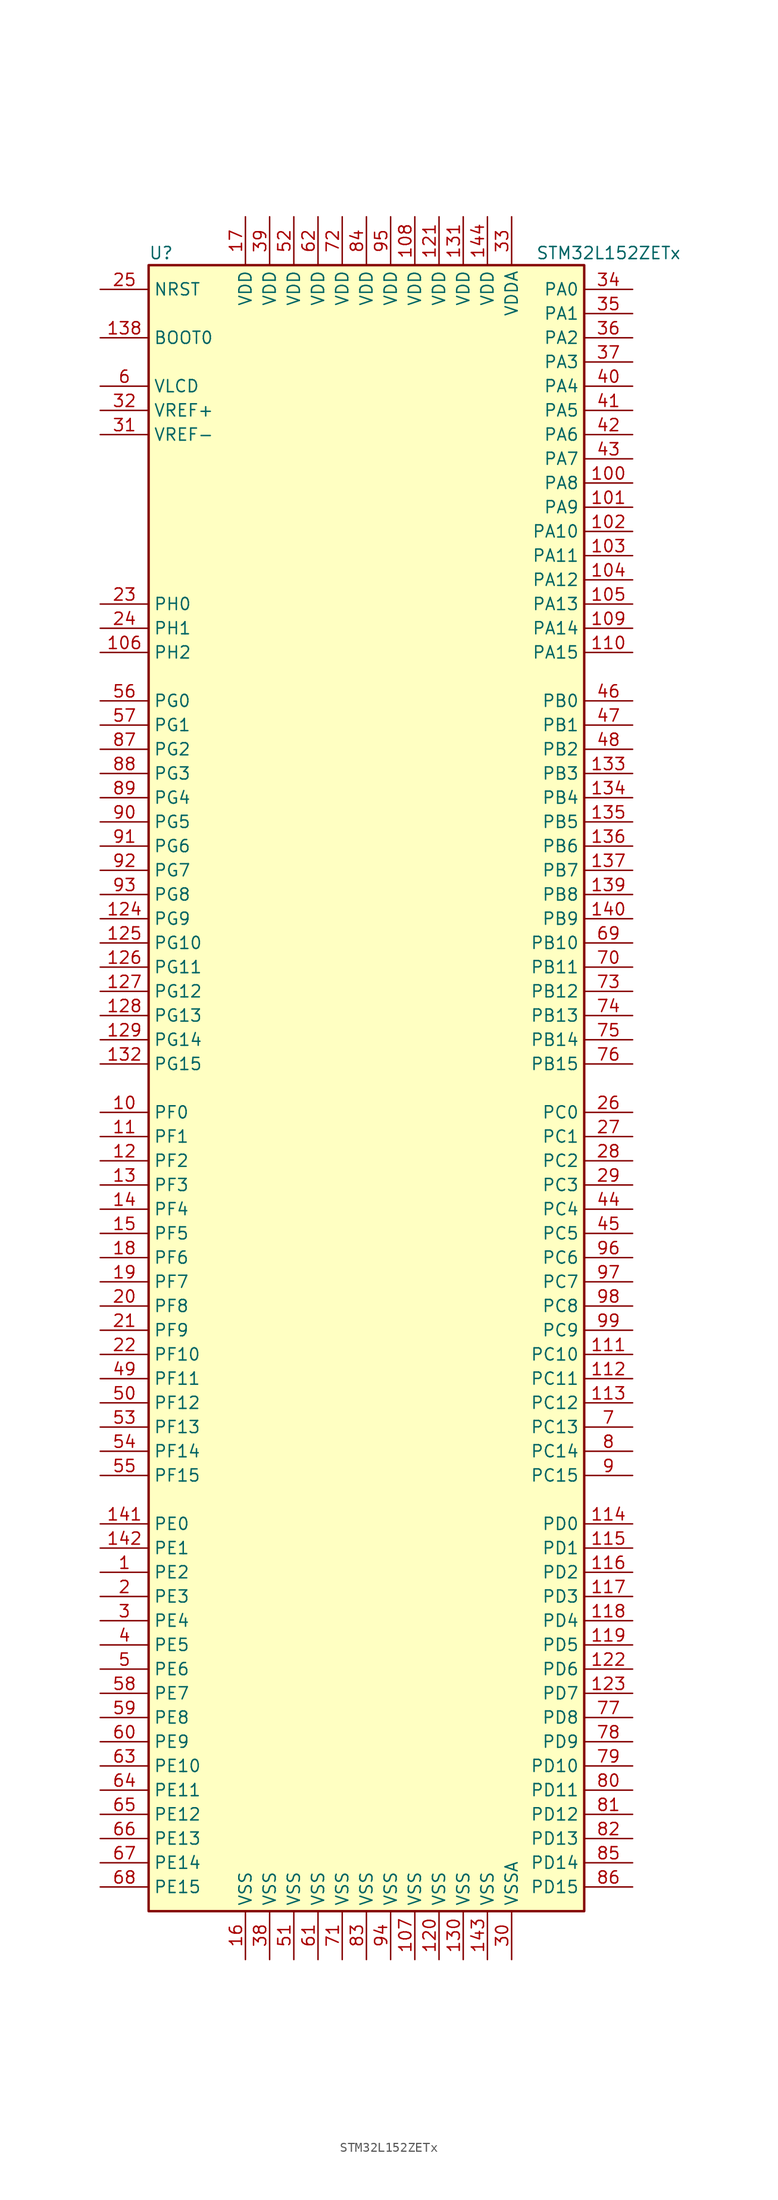
<source format=kicad_sym>
(kicad_symbol_lib
  (version 20211014)
  (generator kicad_symbol_editor)
  (symbol "STM32L152ZETx"
    (property "Reference" "U"
      (at -22.86 87.63 0)
      (effects (font (size 1.27 1.27)) (justify left)))
    (property "Value" "STM32L152ZETx"
      (at 17.78 87.63 0)
      (effects (font (size 1.27 1.27)) (justify left)))
    (symbol "STM32L152ZETx_0_1"
      (rectangle (start -22.86 -86.36) (end 22.86 86.36) (stroke (width 0.254) (type default) (color 0 0 0 0)) (fill (type background))))
    (symbol "STM32L152ZETx_1_1"
      (pin bidirectional line (at -27.94 -50.8 0) (length 5.08) (name "PE2" (effects (font (size 1.27 1.27)))) (number "1" (effects (font (size 1.27 1.27)))))
      (pin bidirectional line (at -27.94 -2.54 0) (length 5.08) (name "PF0" (effects (font (size 1.27 1.27)))) (number "10" (effects (font (size 1.27 1.27)))))
      (pin bidirectional line (at 27.94 63.5 180) (length 5.08) (name "PA8" (effects (font (size 1.27 1.27)))) (number "100" (effects (font (size 1.27 1.27)))))
      (pin bidirectional line (at 27.94 60.96 180) (length 5.08) (name "PA9" (effects (font (size 1.27 1.27)))) (number "101" (effects (font (size 1.27 1.27)))))
      (pin bidirectional line (at 27.94 58.42 180) (length 5.08) (name "PA10" (effects (font (size 1.27 1.27)))) (number "102" (effects (font (size 1.27 1.27)))))
      (pin bidirectional line (at 27.94 55.88 180) (length 5.08) (name "PA11" (effects (font (size 1.27 1.27)))) (number "103" (effects (font (size 1.27 1.27)))))
      (pin bidirectional line (at 27.94 53.34 180) (length 5.08) (name "PA12" (effects (font (size 1.27 1.27)))) (number "104" (effects (font (size 1.27 1.27)))))
      (pin bidirectional line (at 27.94 50.8 180) (length 5.08) (name "PA13" (effects (font (size 1.27 1.27)))) (number "105" (effects (font (size 1.27 1.27)))))
      (pin bidirectional line (at -27.94 45.72 0) (length 5.08) (name "PH2" (effects (font (size 1.27 1.27)))) (number "106" (effects (font (size 1.27 1.27)))))
      (pin power_in line (at 5.08 -91.44 90) (length 5.08) (name "VSS" (effects (font (size 1.27 1.27)))) (number "107" (effects (font (size 1.27 1.27)))))
      (pin power_in line (at 5.08 91.44 270) (length 5.08) (name "VDD" (effects (font (size 1.27 1.27)))) (number "108" (effects (font (size 1.27 1.27)))))
      (pin bidirectional line (at 27.94 48.26 180) (length 5.08) (name "PA14" (effects (font (size 1.27 1.27)))) (number "109" (effects (font (size 1.27 1.27)))))
      (pin bidirectional line (at -27.94 -5.08 0) (length 5.08) (name "PF1" (effects (font (size 1.27 1.27)))) (number "11" (effects (font (size 1.27 1.27)))))
      (pin bidirectional line (at 27.94 45.72 180) (length 5.08) (name "PA15" (effects (font (size 1.27 1.27)))) (number "110" (effects (font (size 1.27 1.27)))))
      (pin bidirectional line (at 27.94 -27.94 180) (length 5.08) (name "PC10" (effects (font (size 1.27 1.27)))) (number "111" (effects (font (size 1.27 1.27)))))
      (pin bidirectional line (at 27.94 -30.48 180) (length 5.08) (name "PC11" (effects (font (size 1.27 1.27)))) (number "112" (effects (font (size 1.27 1.27)))))
      (pin bidirectional line (at 27.94 -33.02 180) (length 5.08) (name "PC12" (effects (font (size 1.27 1.27)))) (number "113" (effects (font (size 1.27 1.27)))))
      (pin bidirectional line (at 27.94 -45.72 180) (length 5.08) (name "PD0" (effects (font (size 1.27 1.27)))) (number "114" (effects (font (size 1.27 1.27)))))
      (pin bidirectional line (at 27.94 -48.26 180) (length 5.08) (name "PD1" (effects (font (size 1.27 1.27)))) (number "115" (effects (font (size 1.27 1.27)))))
      (pin bidirectional line (at 27.94 -50.8 180) (length 5.08) (name "PD2" (effects (font (size 1.27 1.27)))) (number "116" (effects (font (size 1.27 1.27)))))
      (pin bidirectional line (at 27.94 -53.34 180) (length 5.08) (name "PD3" (effects (font (size 1.27 1.27)))) (number "117" (effects (font (size 1.27 1.27)))))
      (pin bidirectional line (at 27.94 -55.88 180) (length 5.08) (name "PD4" (effects (font (size 1.27 1.27)))) (number "118" (effects (font (size 1.27 1.27)))))
      (pin bidirectional line (at 27.94 -58.42 180) (length 5.08) (name "PD5" (effects (font (size 1.27 1.27)))) (number "119" (effects (font (size 1.27 1.27)))))
      (pin bidirectional line (at -27.94 -7.62 0) (length 5.08) (name "PF2" (effects (font (size 1.27 1.27)))) (number "12" (effects (font (size 1.27 1.27)))))
      (pin power_in line (at 7.62 -91.44 90) (length 5.08) (name "VSS" (effects (font (size 1.27 1.27)))) (number "120" (effects (font (size 1.27 1.27)))))
      (pin power_in line (at 7.62 91.44 270) (length 5.08) (name "VDD" (effects (font (size 1.27 1.27)))) (number "121" (effects (font (size 1.27 1.27)))))
      (pin bidirectional line (at 27.94 -60.96 180) (length 5.08) (name "PD6" (effects (font (size 1.27 1.27)))) (number "122" (effects (font (size 1.27 1.27)))))
      (pin bidirectional line (at 27.94 -63.5 180) (length 5.08) (name "PD7" (effects (font (size 1.27 1.27)))) (number "123" (effects (font (size 1.27 1.27)))))
      (pin bidirectional line (at -27.94 17.78 0) (length 5.08) (name "PG9" (effects (font (size 1.27 1.27)))) (number "124" (effects (font (size 1.27 1.27)))))
      (pin bidirectional line (at -27.94 15.24 0) (length 5.08) (name "PG10" (effects (font (size 1.27 1.27)))) (number "125" (effects (font (size 1.27 1.27)))))
      (pin bidirectional line (at -27.94 12.7 0) (length 5.08) (name "PG11" (effects (font (size 1.27 1.27)))) (number "126" (effects (font (size 1.27 1.27)))))
      (pin bidirectional line (at -27.94 10.16 0) (length 5.08) (name "PG12" (effects (font (size 1.27 1.27)))) (number "127" (effects (font (size 1.27 1.27)))))
      (pin bidirectional line (at -27.94 7.62 0) (length 5.08) (name "PG13" (effects (font (size 1.27 1.27)))) (number "128" (effects (font (size 1.27 1.27)))))
      (pin bidirectional line (at -27.94 5.08 0) (length 5.08) (name "PG14" (effects (font (size 1.27 1.27)))) (number "129" (effects (font (size 1.27 1.27)))))
      (pin bidirectional line (at -27.94 -10.16 0) (length 5.08) (name "PF3" (effects (font (size 1.27 1.27)))) (number "13" (effects (font (size 1.27 1.27)))))
      (pin power_in line (at 10.16 -91.44 90) (length 5.08) (name "VSS" (effects (font (size 1.27 1.27)))) (number "130" (effects (font (size 1.27 1.27)))))
      (pin power_in line (at 10.16 91.44 270) (length 5.08) (name "VDD" (effects (font (size 1.27 1.27)))) (number "131" (effects (font (size 1.27 1.27)))))
      (pin bidirectional line (at -27.94 2.54 0) (length 5.08) (name "PG15" (effects (font (size 1.27 1.27)))) (number "132" (effects (font (size 1.27 1.27)))))
      (pin bidirectional line (at 27.94 33.02 180) (length 5.08) (name "PB3" (effects (font (size 1.27 1.27)))) (number "133" (effects (font (size 1.27 1.27)))))
      (pin bidirectional line (at 27.94 30.48 180) (length 5.08) (name "PB4" (effects (font (size 1.27 1.27)))) (number "134" (effects (font (size 1.27 1.27)))))
      (pin bidirectional line (at 27.94 27.94 180) (length 5.08) (name "PB5" (effects (font (size 1.27 1.27)))) (number "135" (effects (font (size 1.27 1.27)))))
      (pin bidirectional line (at 27.94 25.4 180) (length 5.08) (name "PB6" (effects (font (size 1.27 1.27)))) (number "136" (effects (font (size 1.27 1.27)))))
      (pin bidirectional line (at 27.94 22.86 180) (length 5.08) (name "PB7" (effects (font (size 1.27 1.27)))) (number "137" (effects (font (size 1.27 1.27)))))
      (pin input line (at -27.94 78.74 0) (length 5.08) (name "BOOT0" (effects (font (size 1.27 1.27)))) (number "138" (effects (font (size 1.27 1.27)))))
      (pin bidirectional line (at 27.94 20.32 180) (length 5.08) (name "PB8" (effects (font (size 1.27 1.27)))) (number "139" (effects (font (size 1.27 1.27)))))
      (pin bidirectional line (at -27.94 -12.7 0) (length 5.08) (name "PF4" (effects (font (size 1.27 1.27)))) (number "14" (effects (font (size 1.27 1.27)))))
      (pin bidirectional line (at 27.94 17.78 180) (length 5.08) (name "PB9" (effects (font (size 1.27 1.27)))) (number "140" (effects (font (size 1.27 1.27)))))
      (pin bidirectional line (at -27.94 -45.72 0) (length 5.08) (name "PE0" (effects (font (size 1.27 1.27)))) (number "141" (effects (font (size 1.27 1.27)))))
      (pin bidirectional line (at -27.94 -48.26 0) (length 5.08) (name "PE1" (effects (font (size 1.27 1.27)))) (number "142" (effects (font (size 1.27 1.27)))))
      (pin power_in line (at 12.7 -91.44 90) (length 5.08) (name "VSS" (effects (font (size 1.27 1.27)))) (number "143" (effects (font (size 1.27 1.27)))))
      (pin power_in line (at 12.7 91.44 270) (length 5.08) (name "VDD" (effects (font (size 1.27 1.27)))) (number "144" (effects (font (size 1.27 1.27)))))
      (pin bidirectional line (at -27.94 -15.24 0) (length 5.08) (name "PF5" (effects (font (size 1.27 1.27)))) (number "15" (effects (font (size 1.27 1.27)))))
      (pin power_in line (at -12.7 -91.44 90) (length 5.08) (name "VSS" (effects (font (size 1.27 1.27)))) (number "16" (effects (font (size 1.27 1.27)))))
      (pin power_in line (at -12.7 91.44 270) (length 5.08) (name "VDD" (effects (font (size 1.27 1.27)))) (number "17" (effects (font (size 1.27 1.27)))))
      (pin bidirectional line (at -27.94 -17.78 0) (length 5.08) (name "PF6" (effects (font (size 1.27 1.27)))) (number "18" (effects (font (size 1.27 1.27)))))
      (pin bidirectional line (at -27.94 -20.32 0) (length 5.08) (name "PF7" (effects (font (size 1.27 1.27)))) (number "19" (effects (font (size 1.27 1.27)))))
      (pin bidirectional line (at -27.94 -53.34 0) (length 5.08) (name "PE3" (effects (font (size 1.27 1.27)))) (number "2" (effects (font (size 1.27 1.27)))))
      (pin bidirectional line (at -27.94 -22.86 0) (length 5.08) (name "PF8" (effects (font (size 1.27 1.27)))) (number "20" (effects (font (size 1.27 1.27)))))
      (pin bidirectional line (at -27.94 -25.4 0) (length 5.08) (name "PF9" (effects (font (size 1.27 1.27)))) (number "21" (effects (font (size 1.27 1.27)))))
      (pin bidirectional line (at -27.94 -27.94 0) (length 5.08) (name "PF10" (effects (font (size 1.27 1.27)))) (number "22" (effects (font (size 1.27 1.27)))))
      (pin input line (at -27.94 50.8 0) (length 5.08) (name "PH0" (effects (font (size 1.27 1.27)))) (number "23" (effects (font (size 1.27 1.27)))))
      (pin input line (at -27.94 48.26 0) (length 5.08) (name "PH1" (effects (font (size 1.27 1.27)))) (number "24" (effects (font (size 1.27 1.27)))))
      (pin input line (at -27.94 83.82 0) (length 5.08) (name "NRST" (effects (font (size 1.27 1.27)))) (number "25" (effects (font (size 1.27 1.27)))))
      (pin bidirectional line (at 27.94 -2.54 180) (length 5.08) (name "PC0" (effects (font (size 1.27 1.27)))) (number "26" (effects (font (size 1.27 1.27)))))
      (pin bidirectional line (at 27.94 -5.08 180) (length 5.08) (name "PC1" (effects (font (size 1.27 1.27)))) (number "27" (effects (font (size 1.27 1.27)))))
      (pin bidirectional line (at 27.94 -7.62 180) (length 5.08) (name "PC2" (effects (font (size 1.27 1.27)))) (number "28" (effects (font (size 1.27 1.27)))))
      (pin bidirectional line (at 27.94 -10.16 180) (length 5.08) (name "PC3" (effects (font (size 1.27 1.27)))) (number "29" (effects (font (size 1.27 1.27)))))
      (pin bidirectional line (at -27.94 -55.88 0) (length 5.08) (name "PE4" (effects (font (size 1.27 1.27)))) (number "3" (effects (font (size 1.27 1.27)))))
      (pin power_in line (at 15.24 -91.44 90) (length 5.08) (name "VSSA" (effects (font (size 1.27 1.27)))) (number "30" (effects (font (size 1.27 1.27)))))
      (pin power_in line (at -27.94 68.58 0) (length 5.08) (name "VREF-" (effects (font (size 1.27 1.27)))) (number "31" (effects (font (size 1.27 1.27)))))
      (pin power_in line (at -27.94 71.12 0) (length 5.08) (name "VREF+" (effects (font (size 1.27 1.27)))) (number "32" (effects (font (size 1.27 1.27)))))
      (pin power_in line (at 15.24 91.44 270) (length 5.08) (name "VDDA" (effects (font (size 1.27 1.27)))) (number "33" (effects (font (size 1.27 1.27)))))
      (pin bidirectional line (at 27.94 83.82 180) (length 5.08) (name "PA0" (effects (font (size 1.27 1.27)))) (number "34" (effects (font (size 1.27 1.27)))))
      (pin bidirectional line (at 27.94 81.28 180) (length 5.08) (name "PA1" (effects (font (size 1.27 1.27)))) (number "35" (effects (font (size 1.27 1.27)))))
      (pin bidirectional line (at 27.94 78.74 180) (length 5.08) (name "PA2" (effects (font (size 1.27 1.27)))) (number "36" (effects (font (size 1.27 1.27)))))
      (pin bidirectional line (at 27.94 76.2 180) (length 5.08) (name "PA3" (effects (font (size 1.27 1.27)))) (number "37" (effects (font (size 1.27 1.27)))))
      (pin power_in line (at -10.16 -91.44 90) (length 5.08) (name "VSS" (effects (font (size 1.27 1.27)))) (number "38" (effects (font (size 1.27 1.27)))))
      (pin power_in line (at -10.16 91.44 270) (length 5.08) (name "VDD" (effects (font (size 1.27 1.27)))) (number "39" (effects (font (size 1.27 1.27)))))
      (pin bidirectional line (at -27.94 -58.42 0) (length 5.08) (name "PE5" (effects (font (size 1.27 1.27)))) (number "4" (effects (font (size 1.27 1.27)))))
      (pin bidirectional line (at 27.94 73.66 180) (length 5.08) (name "PA4" (effects (font (size 1.27 1.27)))) (number "40" (effects (font (size 1.27 1.27)))))
      (pin bidirectional line (at 27.94 71.12 180) (length 5.08) (name "PA5" (effects (font (size 1.27 1.27)))) (number "41" (effects (font (size 1.27 1.27)))))
      (pin bidirectional line (at 27.94 68.58 180) (length 5.08) (name "PA6" (effects (font (size 1.27 1.27)))) (number "42" (effects (font (size 1.27 1.27)))))
      (pin bidirectional line (at 27.94 66.04 180) (length 5.08) (name "PA7" (effects (font (size 1.27 1.27)))) (number "43" (effects (font (size 1.27 1.27)))))
      (pin bidirectional line (at 27.94 -12.7 180) (length 5.08) (name "PC4" (effects (font (size 1.27 1.27)))) (number "44" (effects (font (size 1.27 1.27)))))
      (pin bidirectional line (at 27.94 -15.24 180) (length 5.08) (name "PC5" (effects (font (size 1.27 1.27)))) (number "45" (effects (font (size 1.27 1.27)))))
      (pin bidirectional line (at 27.94 40.64 180) (length 5.08) (name "PB0" (effects (font (size 1.27 1.27)))) (number "46" (effects (font (size 1.27 1.27)))))
      (pin bidirectional line (at 27.94 38.1 180) (length 5.08) (name "PB1" (effects (font (size 1.27 1.27)))) (number "47" (effects (font (size 1.27 1.27)))))
      (pin bidirectional line (at 27.94 35.56 180) (length 5.08) (name "PB2" (effects (font (size 1.27 1.27)))) (number "48" (effects (font (size 1.27 1.27)))))
      (pin bidirectional line (at -27.94 -30.48 0) (length 5.08) (name "PF11" (effects (font (size 1.27 1.27)))) (number "49" (effects (font (size 1.27 1.27)))))
      (pin bidirectional line (at -27.94 -60.96 0) (length 5.08) (name "PE6" (effects (font (size 1.27 1.27)))) (number "5" (effects (font (size 1.27 1.27)))))
      (pin bidirectional line (at -27.94 -33.02 0) (length 5.08) (name "PF12" (effects (font (size 1.27 1.27)))) (number "50" (effects (font (size 1.27 1.27)))))
      (pin power_in line (at -7.62 -91.44 90) (length 5.08) (name "VSS" (effects (font (size 1.27 1.27)))) (number "51" (effects (font (size 1.27 1.27)))))
      (pin power_in line (at -7.62 91.44 270) (length 5.08) (name "VDD" (effects (font (size 1.27 1.27)))) (number "52" (effects (font (size 1.27 1.27)))))
      (pin bidirectional line (at -27.94 -35.56 0) (length 5.08) (name "PF13" (effects (font (size 1.27 1.27)))) (number "53" (effects (font (size 1.27 1.27)))))
      (pin bidirectional line (at -27.94 -38.1 0) (length 5.08) (name "PF14" (effects (font (size 1.27 1.27)))) (number "54" (effects (font (size 1.27 1.27)))))
      (pin bidirectional line (at -27.94 -40.64 0) (length 5.08) (name "PF15" (effects (font (size 1.27 1.27)))) (number "55" (effects (font (size 1.27 1.27)))))
      (pin bidirectional line (at -27.94 40.64 0) (length 5.08) (name "PG0" (effects (font (size 1.27 1.27)))) (number "56" (effects (font (size 1.27 1.27)))))
      (pin bidirectional line (at -27.94 38.1 0) (length 5.08) (name "PG1" (effects (font (size 1.27 1.27)))) (number "57" (effects (font (size 1.27 1.27)))))
      (pin bidirectional line (at -27.94 -63.5 0) (length 5.08) (name "PE7" (effects (font (size 1.27 1.27)))) (number "58" (effects (font (size 1.27 1.27)))))
      (pin bidirectional line (at -27.94 -66.04 0) (length 5.08) (name "PE8" (effects (font (size 1.27 1.27)))) (number "59" (effects (font (size 1.27 1.27)))))
      (pin power_in line (at -27.94 73.66 0) (length 5.08) (name "VLCD" (effects (font (size 1.27 1.27)))) (number "6" (effects (font (size 1.27 1.27)))))
      (pin bidirectional line (at -27.94 -68.58 0) (length 5.08) (name "PE9" (effects (font (size 1.27 1.27)))) (number "60" (effects (font (size 1.27 1.27)))))
      (pin power_in line (at -5.08 -91.44 90) (length 5.08) (name "VSS" (effects (font (size 1.27 1.27)))) (number "61" (effects (font (size 1.27 1.27)))))
      (pin power_in line (at -5.08 91.44 270) (length 5.08) (name "VDD" (effects (font (size 1.27 1.27)))) (number "62" (effects (font (size 1.27 1.27)))))
      (pin bidirectional line (at -27.94 -71.12 0) (length 5.08) (name "PE10" (effects (font (size 1.27 1.27)))) (number "63" (effects (font (size 1.27 1.27)))))
      (pin bidirectional line (at -27.94 -73.66 0) (length 5.08) (name "PE11" (effects (font (size 1.27 1.27)))) (number "64" (effects (font (size 1.27 1.27)))))
      (pin bidirectional line (at -27.94 -76.2 0) (length 5.08) (name "PE12" (effects (font (size 1.27 1.27)))) (number "65" (effects (font (size 1.27 1.27)))))
      (pin bidirectional line (at -27.94 -78.74 0) (length 5.08) (name "PE13" (effects (font (size 1.27 1.27)))) (number "66" (effects (font (size 1.27 1.27)))))
      (pin bidirectional line (at -27.94 -81.28 0) (length 5.08) (name "PE14" (effects (font (size 1.27 1.27)))) (number "67" (effects (font (size 1.27 1.27)))))
      (pin bidirectional line (at -27.94 -83.82 0) (length 5.08) (name "PE15" (effects (font (size 1.27 1.27)))) (number "68" (effects (font (size 1.27 1.27)))))
      (pin bidirectional line (at 27.94 15.24 180) (length 5.08) (name "PB10" (effects (font (size 1.27 1.27)))) (number "69" (effects (font (size 1.27 1.27)))))
      (pin bidirectional line (at 27.94 -35.56 180) (length 5.08) (name "PC13" (effects (font (size 1.27 1.27)))) (number "7" (effects (font (size 1.27 1.27)))))
      (pin bidirectional line (at 27.94 12.7 180) (length 5.08) (name "PB11" (effects (font (size 1.27 1.27)))) (number "70" (effects (font (size 1.27 1.27)))))
      (pin power_in line (at -2.54 -91.44 90) (length 5.08) (name "VSS" (effects (font (size 1.27 1.27)))) (number "71" (effects (font (size 1.27 1.27)))))
      (pin power_in line (at -2.54 91.44 270) (length 5.08) (name "VDD" (effects (font (size 1.27 1.27)))) (number "72" (effects (font (size 1.27 1.27)))))
      (pin bidirectional line (at 27.94 10.16 180) (length 5.08) (name "PB12" (effects (font (size 1.27 1.27)))) (number "73" (effects (font (size 1.27 1.27)))))
      (pin bidirectional line (at 27.94 7.62 180) (length 5.08) (name "PB13" (effects (font (size 1.27 1.27)))) (number "74" (effects (font (size 1.27 1.27)))))
      (pin bidirectional line (at 27.94 5.08 180) (length 5.08) (name "PB14" (effects (font (size 1.27 1.27)))) (number "75" (effects (font (size 1.27 1.27)))))
      (pin bidirectional line (at 27.94 2.54 180) (length 5.08) (name "PB15" (effects (font (size 1.27 1.27)))) (number "76" (effects (font (size 1.27 1.27)))))
      (pin bidirectional line (at 27.94 -66.04 180) (length 5.08) (name "PD8" (effects (font (size 1.27 1.27)))) (number "77" (effects (font (size 1.27 1.27)))))
      (pin bidirectional line (at 27.94 -68.58 180) (length 5.08) (name "PD9" (effects (font (size 1.27 1.27)))) (number "78" (effects (font (size 1.27 1.27)))))
      (pin bidirectional line (at 27.94 -71.12 180) (length 5.08) (name "PD10" (effects (font (size 1.27 1.27)))) (number "79" (effects (font (size 1.27 1.27)))))
      (pin bidirectional line (at 27.94 -38.1 180) (length 5.08) (name "PC14" (effects (font (size 1.27 1.27)))) (number "8" (effects (font (size 1.27 1.27)))))
      (pin bidirectional line (at 27.94 -73.66 180) (length 5.08) (name "PD11" (effects (font (size 1.27 1.27)))) (number "80" (effects (font (size 1.27 1.27)))))
      (pin bidirectional line (at 27.94 -76.2 180) (length 5.08) (name "PD12" (effects (font (size 1.27 1.27)))) (number "81" (effects (font (size 1.27 1.27)))))
      (pin bidirectional line (at 27.94 -78.74 180) (length 5.08) (name "PD13" (effects (font (size 1.27 1.27)))) (number "82" (effects (font (size 1.27 1.27)))))
      (pin power_in line (at 0 -91.44 90) (length 5.08) (name "VSS" (effects (font (size 1.27 1.27)))) (number "83" (effects (font (size 1.27 1.27)))))
      (pin power_in line (at 0 91.44 270) (length 5.08) (name "VDD" (effects (font (size 1.27 1.27)))) (number "84" (effects (font (size 1.27 1.27)))))
      (pin bidirectional line (at 27.94 -81.28 180) (length 5.08) (name "PD14" (effects (font (size 1.27 1.27)))) (number "85" (effects (font (size 1.27 1.27)))))
      (pin bidirectional line (at 27.94 -83.82 180) (length 5.08) (name "PD15" (effects (font (size 1.27 1.27)))) (number "86" (effects (font (size 1.27 1.27)))))
      (pin bidirectional line (at -27.94 35.56 0) (length 5.08) (name "PG2" (effects (font (size 1.27 1.27)))) (number "87" (effects (font (size 1.27 1.27)))))
      (pin bidirectional line (at -27.94 33.02 0) (length 5.08) (name "PG3" (effects (font (size 1.27 1.27)))) (number "88" (effects (font (size 1.27 1.27)))))
      (pin bidirectional line (at -27.94 30.48 0) (length 5.08) (name "PG4" (effects (font (size 1.27 1.27)))) (number "89" (effects (font (size 1.27 1.27)))))
      (pin bidirectional line (at 27.94 -40.64 180) (length 5.08) (name "PC15" (effects (font (size 1.27 1.27)))) (number "9" (effects (font (size 1.27 1.27)))))
      (pin bidirectional line (at -27.94 27.94 0) (length 5.08) (name "PG5" (effects (font (size 1.27 1.27)))) (number "90" (effects (font (size 1.27 1.27)))))
      (pin bidirectional line (at -27.94 25.4 0) (length 5.08) (name "PG6" (effects (font (size 1.27 1.27)))) (number "91" (effects (font (size 1.27 1.27)))))
      (pin bidirectional line (at -27.94 22.86 0) (length 5.08) (name "PG7" (effects (font (size 1.27 1.27)))) (number "92" (effects (font (size 1.27 1.27)))))
      (pin bidirectional line (at -27.94 20.32 0) (length 5.08) (name "PG8" (effects (font (size 1.27 1.27)))) (number "93" (effects (font (size 1.27 1.27)))))
      (pin power_in line (at 2.54 -91.44 90) (length 5.08) (name "VSS" (effects (font (size 1.27 1.27)))) (number "94" (effects (font (size 1.27 1.27)))))
      (pin power_in line (at 2.54 91.44 270) (length 5.08) (name "VDD" (effects (font (size 1.27 1.27)))) (number "95" (effects (font (size 1.27 1.27)))))
      (pin bidirectional line (at 27.94 -17.78 180) (length 5.08) (name "PC6" (effects (font (size 1.27 1.27)))) (number "96" (effects (font (size 1.27 1.27)))))
      (pin bidirectional line (at 27.94 -20.32 180) (length 5.08) (name "PC7" (effects (font (size 1.27 1.27)))) (number "97" (effects (font (size 1.27 1.27)))))
      (pin bidirectional line (at 27.94 -22.86 180) (length 5.08) (name "PC8" (effects (font (size 1.27 1.27)))) (number "98" (effects (font (size 1.27 1.27)))))
      (pin bidirectional line (at 27.94 -25.4 180) (length 5.08) (name "PC9" (effects (font (size 1.27 1.27)))) (number "99" (effects (font (size 1.27 1.27))))))))
</source>
